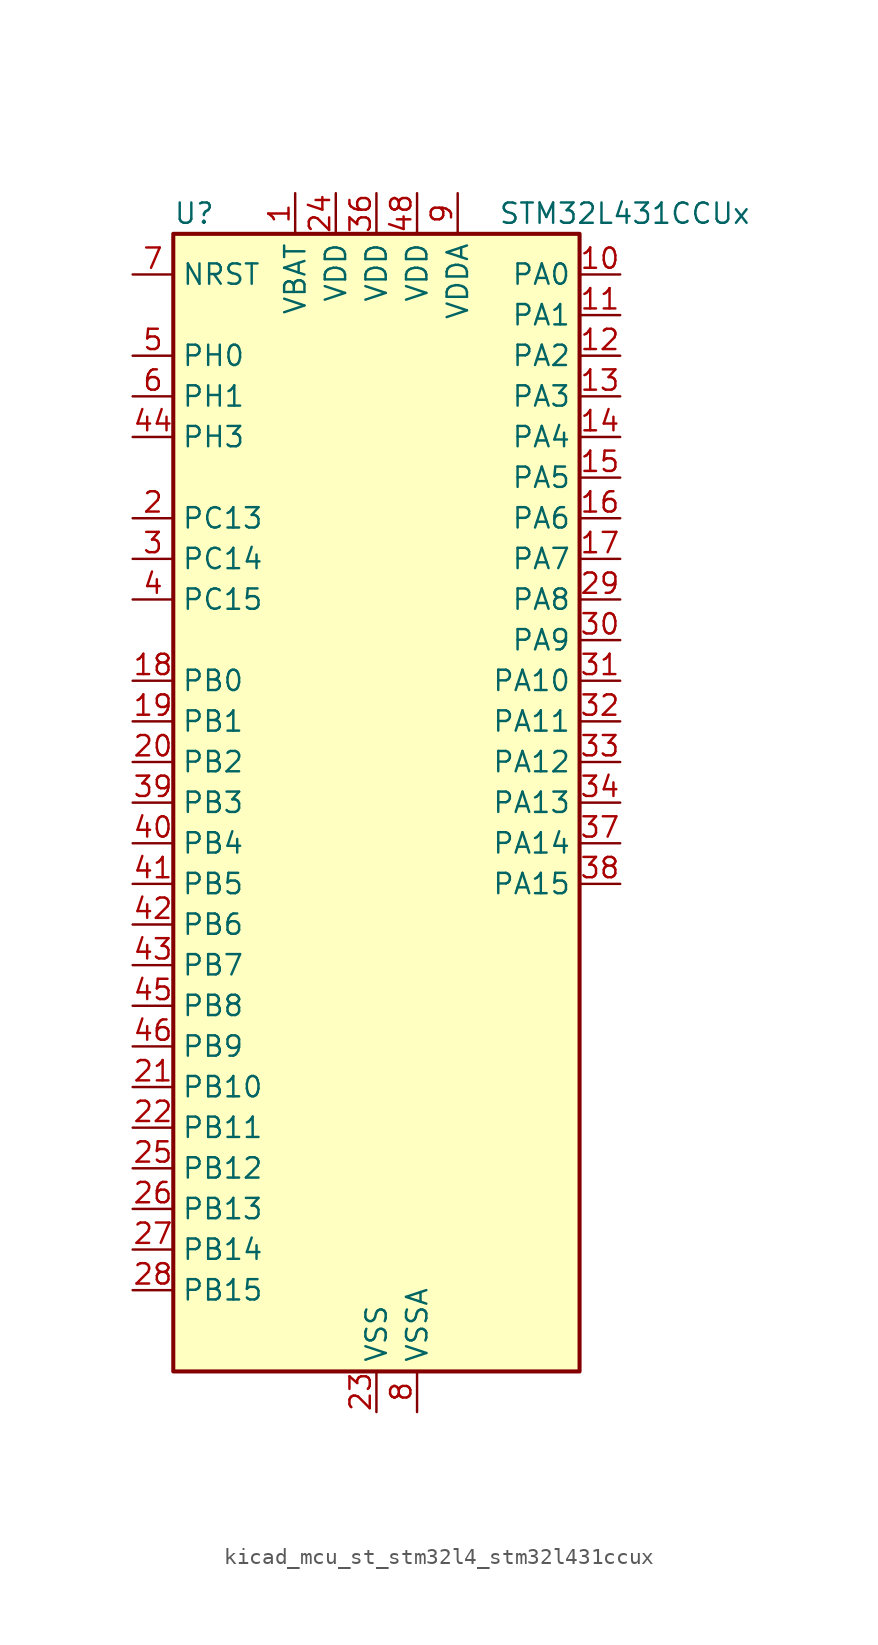
<source format=kicad_sym>
(kicad_symbol_lib
  (version 20220914)
  (generator kicad_symbol_editor)
  (symbol "kicad_mcu_st_stm32l4_stm32l431ccux"
    (property "Reference" "U"
      (at -12.7 36.83 0)
      (effects (font (size 1.27 1.27)) (justify left)))
    (property "Value" "STM32L431CCUx"
      (at 7.62 36.83 0)
      (effects (font (size 1.27 1.27)) (justify left)))
    (property "ki_locked" ""
      (at 0 0 0)
      (effects (font (size 1.27 1.27))))
    (symbol "kicad_mcu_st_stm32l4_stm32l431ccux_0_1"
      (rectangle (start -12.7 -35.56) (end 12.7 35.56) (stroke (width 0.254) (type default)) (fill (type background))))
    (symbol "kicad_mcu_st_stm32l4_stm32l431ccux_1_1"
      (pin power_in line (at -5.08 38.1 270) (length 2.54) (name "VBAT" (effects (font (size 1.27 1.27)))) (number "1" (effects (font (size 1.27 1.27)))))
      (pin bidirectional line (at 15.24 33.02 180) (length 2.54) (name "PA0" (effects (font (size 1.27 1.27)))) (number "10" (effects (font (size 1.27 1.27)))) (alternate "ADC1_IN5" bidirectional line) (alternate "COMP1_INM" bidirectional line) (alternate "COMP1_OUT" bidirectional line) (alternate "OPAMP1_VINP" bidirectional line) (alternate "RTC_TAMP2" bidirectional line) (alternate "SAI1_EXTCLK" bidirectional line) (alternate "SYS_WKUP1" bidirectional line) (alternate "TIM2_CH1" bidirectional line) (alternate "TIM2_ETR" bidirectional line) (alternate "USART2_CTS" bidirectional line))
      (pin bidirectional line (at 15.24 30.48 180) (length 2.54) (name "PA1" (effects (font (size 1.27 1.27)))) (number "11" (effects (font (size 1.27 1.27)))) (alternate "ADC1_IN6" bidirectional line) (alternate "COMP1_INP" bidirectional line) (alternate "I2C1_SMBA" bidirectional line) (alternate "OPAMP1_VINM" bidirectional line) (alternate "SPI1_SCK" bidirectional line) (alternate "TIM15_CH1N" bidirectional line) (alternate "TIM2_CH2" bidirectional line) (alternate "USART2_DE" bidirectional line) (alternate "USART2_RTS" bidirectional line))
      (pin bidirectional line (at 15.24 27.94 180) (length 2.54) (name "PA2" (effects (font (size 1.27 1.27)))) (number "12" (effects (font (size 1.27 1.27)))) (alternate "ADC1_IN7" bidirectional line) (alternate "COMP2_INM" bidirectional line) (alternate "COMP2_OUT" bidirectional line) (alternate "LPUART1_TX" bidirectional line) (alternate "QUADSPI_BK1_NCS" bidirectional line) (alternate "RCC_LSCO" bidirectional line) (alternate "SYS_WKUP4" bidirectional line) (alternate "TIM15_CH1" bidirectional line) (alternate "TIM2_CH3" bidirectional line) (alternate "USART2_TX" bidirectional line))
      (pin bidirectional line (at 15.24 25.4 180) (length 2.54) (name "PA3" (effects (font (size 1.27 1.27)))) (number "13" (effects (font (size 1.27 1.27)))) (alternate "ADC1_IN8" bidirectional line) (alternate "COMP2_INP" bidirectional line) (alternate "LPUART1_RX" bidirectional line) (alternate "OPAMP1_VOUT" bidirectional line) (alternate "QUADSPI_CLK" bidirectional line) (alternate "SAI1_MCLK_A" bidirectional line) (alternate "TIM15_CH2" bidirectional line) (alternate "TIM2_CH4" bidirectional line) (alternate "USART2_RX" bidirectional line))
      (pin bidirectional line (at 15.24 22.86 180) (length 2.54) (name "PA4" (effects (font (size 1.27 1.27)))) (number "14" (effects (font (size 1.27 1.27)))) (alternate "ADC1_IN9" bidirectional line) (alternate "COMP1_INM" bidirectional line) (alternate "COMP2_INM" bidirectional line) (alternate "DAC1_OUT1" bidirectional line) (alternate "LPTIM2_OUT" bidirectional line) (alternate "SAI1_FS_B" bidirectional line) (alternate "SPI1_NSS" bidirectional line) (alternate "SPI3_NSS" bidirectional line) (alternate "USART2_CK" bidirectional line))
      (pin bidirectional line (at 15.24 20.32 180) (length 2.54) (name "PA5" (effects (font (size 1.27 1.27)))) (number "15" (effects (font (size 1.27 1.27)))) (alternate "ADC1_IN10" bidirectional line) (alternate "COMP1_INM" bidirectional line) (alternate "COMP2_INM" bidirectional line) (alternate "DAC1_OUT2" bidirectional line) (alternate "LPTIM2_ETR" bidirectional line) (alternate "SPI1_SCK" bidirectional line) (alternate "TIM2_CH1" bidirectional line) (alternate "TIM2_ETR" bidirectional line))
      (pin bidirectional line (at 15.24 17.78 180) (length 2.54) (name "PA6" (effects (font (size 1.27 1.27)))) (number "16" (effects (font (size 1.27 1.27)))) (alternate "ADC1_IN11" bidirectional line) (alternate "COMP1_OUT" bidirectional line) (alternate "LPUART1_CTS" bidirectional line) (alternate "QUADSPI_BK1_IO3" bidirectional line) (alternate "SPI1_MISO" bidirectional line) (alternate "TIM16_CH1" bidirectional line) (alternate "TIM1_BKIN" bidirectional line) (alternate "TIM1_BKIN_COMP2" bidirectional line) (alternate "USART3_CTS" bidirectional line))
      (pin bidirectional line (at 15.24 15.24 180) (length 2.54) (name "PA7" (effects (font (size 1.27 1.27)))) (number "17" (effects (font (size 1.27 1.27)))) (alternate "ADC1_IN12" bidirectional line) (alternate "COMP2_OUT" bidirectional line) (alternate "I2C3_SCL" bidirectional line) (alternate "QUADSPI_BK1_IO2" bidirectional line) (alternate "SPI1_MOSI" bidirectional line) (alternate "TIM1_CH1N" bidirectional line))
      (pin bidirectional line (at -15.24 7.62 0) (length 2.54) (name "PB0" (effects (font (size 1.27 1.27)))) (number "18" (effects (font (size 1.27 1.27)))) (alternate "ADC1_IN15" bidirectional line) (alternate "COMP1_OUT" bidirectional line) (alternate "QUADSPI_BK1_IO1" bidirectional line) (alternate "SAI1_EXTCLK" bidirectional line) (alternate "SPI1_NSS" bidirectional line) (alternate "TIM1_CH2N" bidirectional line) (alternate "USART3_CK" bidirectional line))
      (pin bidirectional line (at -15.24 5.08 0) (length 2.54) (name "PB1" (effects (font (size 1.27 1.27)))) (number "19" (effects (font (size 1.27 1.27)))) (alternate "ADC1_IN16" bidirectional line) (alternate "COMP1_INM" bidirectional line) (alternate "LPTIM2_IN1" bidirectional line) (alternate "LPUART1_DE" bidirectional line) (alternate "LPUART1_RTS" bidirectional line) (alternate "QUADSPI_BK1_IO0" bidirectional line) (alternate "TIM1_CH3N" bidirectional line) (alternate "USART3_DE" bidirectional line) (alternate "USART3_RTS" bidirectional line))
      (pin bidirectional line (at -15.24 17.78 0) (length 2.54) (name "PC13" (effects (font (size 1.27 1.27)))) (number "2" (effects (font (size 1.27 1.27)))) (alternate "RTC_OUT_ALARM" bidirectional line) (alternate "RTC_OUT_CALIB" bidirectional line) (alternate "RTC_TAMP1" bidirectional line) (alternate "RTC_TS" bidirectional line) (alternate "SYS_WKUP2" bidirectional line))
      (pin bidirectional line (at -15.24 2.54 0) (length 2.54) (name "PB2" (effects (font (size 1.27 1.27)))) (number "20" (effects (font (size 1.27 1.27)))) (alternate "COMP1_INP" bidirectional line) (alternate "I2C3_SMBA" bidirectional line) (alternate "LPTIM1_OUT" bidirectional line) (alternate "RTC_OUT_ALARM" bidirectional line) (alternate "RTC_OUT_CALIB" bidirectional line))
      (pin bidirectional line (at -15.24 -17.78 0) (length 2.54) (name "PB10" (effects (font (size 1.27 1.27)))) (number "21" (effects (font (size 1.27 1.27)))) (alternate "COMP1_OUT" bidirectional line) (alternate "I2C2_SCL" bidirectional line) (alternate "LPUART1_RX" bidirectional line) (alternate "QUADSPI_CLK" bidirectional line) (alternate "SAI1_SCK_A" bidirectional line) (alternate "SPI2_SCK" bidirectional line) (alternate "TIM2_CH3" bidirectional line) (alternate "TSC_SYNC" bidirectional line) (alternate "USART3_TX" bidirectional line))
      (pin bidirectional line (at -15.24 -20.32 0) (length 2.54) (name "PB11" (effects (font (size 1.27 1.27)))) (number "22" (effects (font (size 1.27 1.27)))) (alternate "ADC1_EXTI11" bidirectional line) (alternate "COMP2_OUT" bidirectional line) (alternate "I2C2_SDA" bidirectional line) (alternate "LPUART1_TX" bidirectional line) (alternate "QUADSPI_BK1_NCS" bidirectional line) (alternate "TIM2_CH4" bidirectional line) (alternate "USART3_RX" bidirectional line))
      (pin power_in line (at 0 -38.1 90) (length 2.54) (name "VSS" (effects (font (size 1.27 1.27)))) (number "23" (effects (font (size 1.27 1.27)))))
      (pin power_in line (at -2.54 38.1 270) (length 2.54) (name "VDD" (effects (font (size 1.27 1.27)))) (number "24" (effects (font (size 1.27 1.27)))))
      (pin bidirectional line (at -15.24 -22.86 0) (length 2.54) (name "PB12" (effects (font (size 1.27 1.27)))) (number "25" (effects (font (size 1.27 1.27)))) (alternate "I2C2_SMBA" bidirectional line) (alternate "LPUART1_DE" bidirectional line) (alternate "LPUART1_RTS" bidirectional line) (alternate "SAI1_FS_A" bidirectional line) (alternate "SPI2_NSS" bidirectional line) (alternate "SWPMI1_IO" bidirectional line) (alternate "TIM15_BKIN" bidirectional line) (alternate "TIM1_BKIN" bidirectional line) (alternate "TIM1_BKIN_COMP2" bidirectional line) (alternate "TSC_G1_IO1" bidirectional line) (alternate "USART3_CK" bidirectional line))
      (pin bidirectional line (at -15.24 -25.4 0) (length 2.54) (name "PB13" (effects (font (size 1.27 1.27)))) (number "26" (effects (font (size 1.27 1.27)))) (alternate "I2C2_SCL" bidirectional line) (alternate "LPUART1_CTS" bidirectional line) (alternate "SAI1_SCK_A" bidirectional line) (alternate "SPI2_SCK" bidirectional line) (alternate "SWPMI1_TX" bidirectional line) (alternate "TIM15_CH1N" bidirectional line) (alternate "TIM1_CH1N" bidirectional line) (alternate "TSC_G1_IO2" bidirectional line) (alternate "USART3_CTS" bidirectional line))
      (pin bidirectional line (at -15.24 -27.94 0) (length 2.54) (name "PB14" (effects (font (size 1.27 1.27)))) (number "27" (effects (font (size 1.27 1.27)))) (alternate "I2C2_SDA" bidirectional line) (alternate "SAI1_MCLK_A" bidirectional line) (alternate "SPI2_MISO" bidirectional line) (alternate "SWPMI1_RX" bidirectional line) (alternate "TIM15_CH1" bidirectional line) (alternate "TIM1_CH2N" bidirectional line) (alternate "TSC_G1_IO3" bidirectional line) (alternate "USART3_DE" bidirectional line) (alternate "USART3_RTS" bidirectional line))
      (pin bidirectional line (at -15.24 -30.48 0) (length 2.54) (name "PB15" (effects (font (size 1.27 1.27)))) (number "28" (effects (font (size 1.27 1.27)))) (alternate "ADC1_EXTI15" bidirectional line) (alternate "RTC_REFIN" bidirectional line) (alternate "SAI1_SD_A" bidirectional line) (alternate "SPI2_MOSI" bidirectional line) (alternate "SWPMI1_SUSPEND" bidirectional line) (alternate "TIM15_CH2" bidirectional line) (alternate "TIM1_CH3N" bidirectional line) (alternate "TSC_G1_IO4" bidirectional line))
      (pin bidirectional line (at 15.24 12.7 180) (length 2.54) (name "PA8" (effects (font (size 1.27 1.27)))) (number "29" (effects (font (size 1.27 1.27)))) (alternate "LPTIM2_OUT" bidirectional line) (alternate "RCC_MCO" bidirectional line) (alternate "SAI1_SCK_A" bidirectional line) (alternate "SWPMI1_IO" bidirectional line) (alternate "TIM1_CH1" bidirectional line) (alternate "USART1_CK" bidirectional line))
      (pin bidirectional line (at -15.24 15.24 0) (length 2.54) (name "PC14" (effects (font (size 1.27 1.27)))) (number "3" (effects (font (size 1.27 1.27)))) (alternate "RCC_OSC32_IN" bidirectional line))
      (pin bidirectional line (at 15.24 10.16 180) (length 2.54) (name "PA9" (effects (font (size 1.27 1.27)))) (number "30" (effects (font (size 1.27 1.27)))) (alternate "DAC1_EXTI9" bidirectional line) (alternate "I2C1_SCL" bidirectional line) (alternate "SAI1_FS_A" bidirectional line) (alternate "TIM15_BKIN" bidirectional line) (alternate "TIM1_CH2" bidirectional line) (alternate "USART1_TX" bidirectional line))
      (pin bidirectional line (at 15.24 7.62 180) (length 2.54) (name "PA10" (effects (font (size 1.27 1.27)))) (number "31" (effects (font (size 1.27 1.27)))) (alternate "I2C1_SDA" bidirectional line) (alternate "SAI1_SD_A" bidirectional line) (alternate "TIM1_CH3" bidirectional line) (alternate "USART1_RX" bidirectional line))
      (pin bidirectional line (at 15.24 5.08 180) (length 2.54) (name "PA11" (effects (font (size 1.27 1.27)))) (number "32" (effects (font (size 1.27 1.27)))) (alternate "ADC1_EXTI11" bidirectional line) (alternate "CAN1_RX" bidirectional line) (alternate "COMP1_OUT" bidirectional line) (alternate "SPI1_MISO" bidirectional line) (alternate "TIM1_BKIN2" bidirectional line) (alternate "TIM1_BKIN2_COMP1" bidirectional line) (alternate "TIM1_CH4" bidirectional line) (alternate "USART1_CTS" bidirectional line))
      (pin bidirectional line (at 15.24 2.54 180) (length 2.54) (name "PA12" (effects (font (size 1.27 1.27)))) (number "33" (effects (font (size 1.27 1.27)))) (alternate "CAN1_TX" bidirectional line) (alternate "SPI1_MOSI" bidirectional line) (alternate "TIM1_ETR" bidirectional line) (alternate "USART1_DE" bidirectional line) (alternate "USART1_RTS" bidirectional line))
      (pin bidirectional line (at 15.24 0 180) (length 2.54) (name "PA13" (effects (font (size 1.27 1.27)))) (number "34" (effects (font (size 1.27 1.27)))) (alternate "IR_OUT" bidirectional line) (alternate "SAI1_SD_B" bidirectional line) (alternate "SWPMI1_TX" bidirectional line) (alternate "SYS_JTMS-SWDIO" bidirectional line))
      (pin passive line (at 0 -38.1 90) (length 2.54) hide (name "VSS" (effects (font (size 1.27 1.27)))) (number "35" (effects (font (size 1.27 1.27)))))
      (pin power_in line (at 0 38.1 270) (length 2.54) (name "VDD" (effects (font (size 1.27 1.27)))) (number "36" (effects (font (size 1.27 1.27)))))
      (pin bidirectional line (at 15.24 -2.54 180) (length 2.54) (name "PA14" (effects (font (size 1.27 1.27)))) (number "37" (effects (font (size 1.27 1.27)))) (alternate "I2C1_SMBA" bidirectional line) (alternate "LPTIM1_OUT" bidirectional line) (alternate "SAI1_FS_B" bidirectional line) (alternate "SWPMI1_RX" bidirectional line) (alternate "SYS_JTCK-SWCLK" bidirectional line))
      (pin bidirectional line (at 15.24 -5.08 180) (length 2.54) (name "PA15" (effects (font (size 1.27 1.27)))) (number "38" (effects (font (size 1.27 1.27)))) (alternate "ADC1_EXTI15" bidirectional line) (alternate "SPI1_NSS" bidirectional line) (alternate "SPI3_NSS" bidirectional line) (alternate "SWPMI1_SUSPEND" bidirectional line) (alternate "SYS_JTDI" bidirectional line) (alternate "TIM2_CH1" bidirectional line) (alternate "TIM2_ETR" bidirectional line) (alternate "USART2_RX" bidirectional line) (alternate "USART3_DE" bidirectional line) (alternate "USART3_RTS" bidirectional line))
      (pin bidirectional line (at -15.24 0 0) (length 2.54) (name "PB3" (effects (font (size 1.27 1.27)))) (number "39" (effects (font (size 1.27 1.27)))) (alternate "COMP2_INM" bidirectional line) (alternate "SAI1_SCK_B" bidirectional line) (alternate "SPI1_SCK" bidirectional line) (alternate "SPI3_SCK" bidirectional line) (alternate "SYS_JTDO-SWO" bidirectional line) (alternate "TIM2_CH2" bidirectional line) (alternate "USART1_DE" bidirectional line) (alternate "USART1_RTS" bidirectional line))
      (pin bidirectional line (at -15.24 12.7 0) (length 2.54) (name "PC15" (effects (font (size 1.27 1.27)))) (number "4" (effects (font (size 1.27 1.27)))) (alternate "ADC1_EXTI15" bidirectional line) (alternate "RCC_OSC32_OUT" bidirectional line))
      (pin bidirectional line (at -15.24 -2.54 0) (length 2.54) (name "PB4" (effects (font (size 1.27 1.27)))) (number "40" (effects (font (size 1.27 1.27)))) (alternate "COMP2_INP" bidirectional line) (alternate "I2C3_SDA" bidirectional line) (alternate "SAI1_MCLK_B" bidirectional line) (alternate "SPI1_MISO" bidirectional line) (alternate "SPI3_MISO" bidirectional line) (alternate "SYS_JTRST" bidirectional line) (alternate "TSC_G2_IO1" bidirectional line) (alternate "USART1_CTS" bidirectional line))
      (pin bidirectional line (at -15.24 -5.08 0) (length 2.54) (name "PB5" (effects (font (size 1.27 1.27)))) (number "41" (effects (font (size 1.27 1.27)))) (alternate "COMP2_OUT" bidirectional line) (alternate "I2C1_SMBA" bidirectional line) (alternate "LPTIM1_IN1" bidirectional line) (alternate "SAI1_SD_B" bidirectional line) (alternate "SPI1_MOSI" bidirectional line) (alternate "SPI3_MOSI" bidirectional line) (alternate "TIM16_BKIN" bidirectional line) (alternate "TSC_G2_IO2" bidirectional line) (alternate "USART1_CK" bidirectional line))
      (pin bidirectional line (at -15.24 -7.62 0) (length 2.54) (name "PB6" (effects (font (size 1.27 1.27)))) (number "42" (effects (font (size 1.27 1.27)))) (alternate "COMP2_INP" bidirectional line) (alternate "I2C1_SCL" bidirectional line) (alternate "LPTIM1_ETR" bidirectional line) (alternate "SAI1_FS_B" bidirectional line) (alternate "TIM16_CH1N" bidirectional line) (alternate "TSC_G2_IO3" bidirectional line) (alternate "USART1_TX" bidirectional line))
      (pin bidirectional line (at -15.24 -10.16 0) (length 2.54) (name "PB7" (effects (font (size 1.27 1.27)))) (number "43" (effects (font (size 1.27 1.27)))) (alternate "COMP2_INM" bidirectional line) (alternate "I2C1_SDA" bidirectional line) (alternate "LPTIM1_IN2" bidirectional line) (alternate "SYS_PVD_IN" bidirectional line) (alternate "TSC_G2_IO4" bidirectional line) (alternate "USART1_RX" bidirectional line))
      (pin bidirectional line (at -15.24 22.86 0) (length 2.54) (name "PH3" (effects (font (size 1.27 1.27)))) (number "44" (effects (font (size 1.27 1.27)))))
      (pin bidirectional line (at -15.24 -12.7 0) (length 2.54) (name "PB8" (effects (font (size 1.27 1.27)))) (number "45" (effects (font (size 1.27 1.27)))) (alternate "CAN1_RX" bidirectional line) (alternate "I2C1_SCL" bidirectional line) (alternate "SAI1_MCLK_A" bidirectional line) (alternate "TIM16_CH1" bidirectional line))
      (pin bidirectional line (at -15.24 -15.24 0) (length 2.54) (name "PB9" (effects (font (size 1.27 1.27)))) (number "46" (effects (font (size 1.27 1.27)))) (alternate "CAN1_TX" bidirectional line) (alternate "DAC1_EXTI9" bidirectional line) (alternate "I2C1_SDA" bidirectional line) (alternate "IR_OUT" bidirectional line) (alternate "SAI1_FS_A" bidirectional line) (alternate "SPI2_NSS" bidirectional line))
      (pin passive line (at 0 -38.1 90) (length 2.54) hide (name "VSS" (effects (font (size 1.27 1.27)))) (number "47" (effects (font (size 1.27 1.27)))))
      (pin power_in line (at 2.54 38.1 270) (length 2.54) (name "VDD" (effects (font (size 1.27 1.27)))) (number "48" (effects (font (size 1.27 1.27)))))
      (pin passive line (at 0 -38.1 90) (length 2.54) hide (name "VSS" (effects (font (size 1.27 1.27)))) (number "49" (effects (font (size 1.27 1.27)))))
      (pin bidirectional line (at -15.24 27.94 0) (length 2.54) (name "PH0" (effects (font (size 1.27 1.27)))) (number "5" (effects (font (size 1.27 1.27)))) (alternate "RCC_OSC_IN" bidirectional line))
      (pin bidirectional line (at -15.24 25.4 0) (length 2.54) (name "PH1" (effects (font (size 1.27 1.27)))) (number "6" (effects (font (size 1.27 1.27)))) (alternate "RCC_OSC_OUT" bidirectional line))
      (pin input line (at -15.24 33.02 0) (length 2.54) (name "NRST" (effects (font (size 1.27 1.27)))) (number "7" (effects (font (size 1.27 1.27)))))
      (pin power_in line (at 2.54 -38.1 90) (length 2.54) (name "VSSA" (effects (font (size 1.27 1.27)))) (number "8" (effects (font (size 1.27 1.27)))))
      (pin power_in line (at 5.08 38.1 270) (length 2.54) (name "VDDA" (effects (font (size 1.27 1.27)))) (number "9" (effects (font (size 1.27 1.27))))))))
</source>
